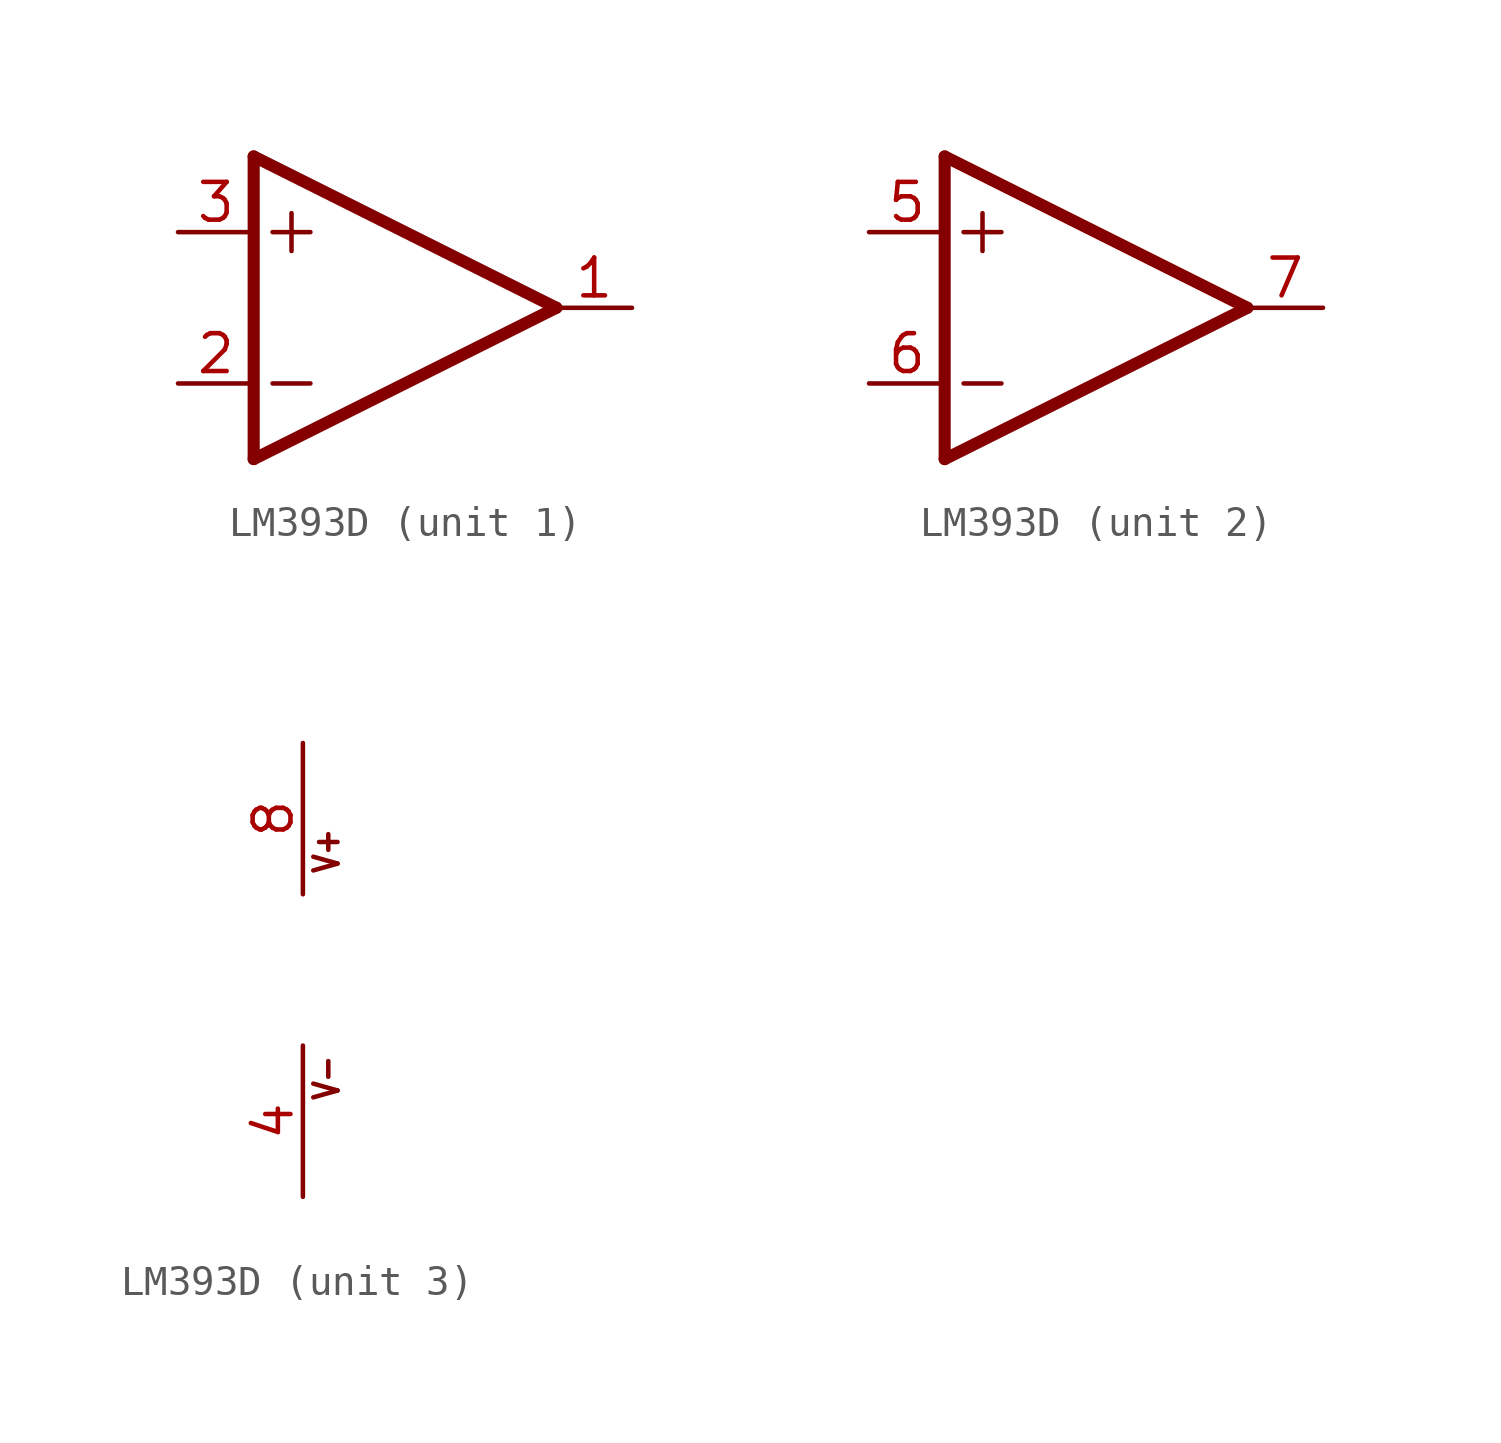
<source format=kicad_sym>
(kicad_symbol_lib
  (version 20220914)
  (generator kicad_symbol_editor)
  (symbol "LM393D"
    (property "Reference" "IC"
      (at 2.54 3.175 0)
      (effects (font (size 1.778 1.511)) (justify left bottom) hide))
    (property "ki_locked" ""
      (at 0 0 0)
      (effects (font (size 1.27 1.27))))
    (symbol "LM393D_1_0"
      (polyline (pts (xy -5.08 -5.08) (xy 5.08 0)) (stroke (width 0.406) (type solid)) (fill (type none)))
      (polyline (pts (xy -5.08 5.08) (xy -5.08 -5.08)) (stroke (width 0.406) (type solid)) (fill (type none)))
      (polyline (pts (xy -4.445 -2.54) (xy -3.175 -2.54)) (stroke (width 0.152) (type solid)) (fill (type none)))
      (polyline (pts (xy -4.445 2.54) (xy -3.175 2.54)) (stroke (width 0.152) (type solid)) (fill (type none)))
      (polyline (pts (xy -3.81 3.175) (xy -3.81 1.905)) (stroke (width 0.152) (type solid)) (fill (type none)))
      (polyline (pts (xy 5.08 0) (xy -5.08 5.08)) (stroke (width 0.406) (type solid)) (fill (type none)))
      (pin output line (at 7.62 0 180) (length 2.54) (name "OUT" (effects (font (size 0 0)))) (number "1" (effects (font (size 1.27 1.27)))))
      (pin input line (at -7.62 -2.54 0) (length 2.54) (name "-IN" (effects (font (size 0 0)))) (number "2" (effects (font (size 1.27 1.27)))))
      (pin input line (at -7.62 2.54 0) (length 2.54) (name "+IN" (effects (font (size 0 0)))) (number "3" (effects (font (size 1.27 1.27))))))
    (symbol "LM393D_2_0"
      (polyline (pts (xy -5.08 -5.08) (xy 5.08 0)) (stroke (width 0.406) (type solid)) (fill (type none)))
      (polyline (pts (xy -5.08 5.08) (xy -5.08 -5.08)) (stroke (width 0.406) (type solid)) (fill (type none)))
      (polyline (pts (xy -4.445 -2.54) (xy -3.175 -2.54)) (stroke (width 0.152) (type solid)) (fill (type none)))
      (polyline (pts (xy -4.445 2.54) (xy -3.175 2.54)) (stroke (width 0.152) (type solid)) (fill (type none)))
      (polyline (pts (xy -3.81 3.175) (xy -3.81 1.905)) (stroke (width 0.152) (type solid)) (fill (type none)))
      (polyline (pts (xy 5.08 0) (xy -5.08 5.08)) (stroke (width 0.406) (type solid)) (fill (type none)))
      (pin input line (at -7.62 2.54 0) (length 2.54) (name "+IN" (effects (font (size 0 0)))) (number "5" (effects (font (size 1.27 1.27)))))
      (pin input line (at -7.62 -2.54 0) (length 2.54) (name "-IN" (effects (font (size 0 0)))) (number "6" (effects (font (size 1.27 1.27)))))
      (pin output line (at 7.62 0 180) (length 2.54) (name "OUT" (effects (font (size 0 0)))) (number "7" (effects (font (size 1.27 1.27))))))
    (symbol "LM393D_3_0"
      (text "V+" (at 1.27 3.175 900) (effects (font (size 0.813 0.691)) (justify left bottom)))
      (text "V-" (at 1.27 -4.445 900) (effects (font (size 0.813 0.691)) (justify left bottom)))
      (pin power_in line (at 0 -7.62 90) (length 5.08) (name "V-" (effects (font (size 0 0)))) (number "4" (effects (font (size 1.27 1.27)))))
      (pin power_in line (at 0 7.62 270) (length 5.08) (name "V+" (effects (font (size 0 0)))) (number "8" (effects (font (size 1.27 1.27))))))))
</source>
